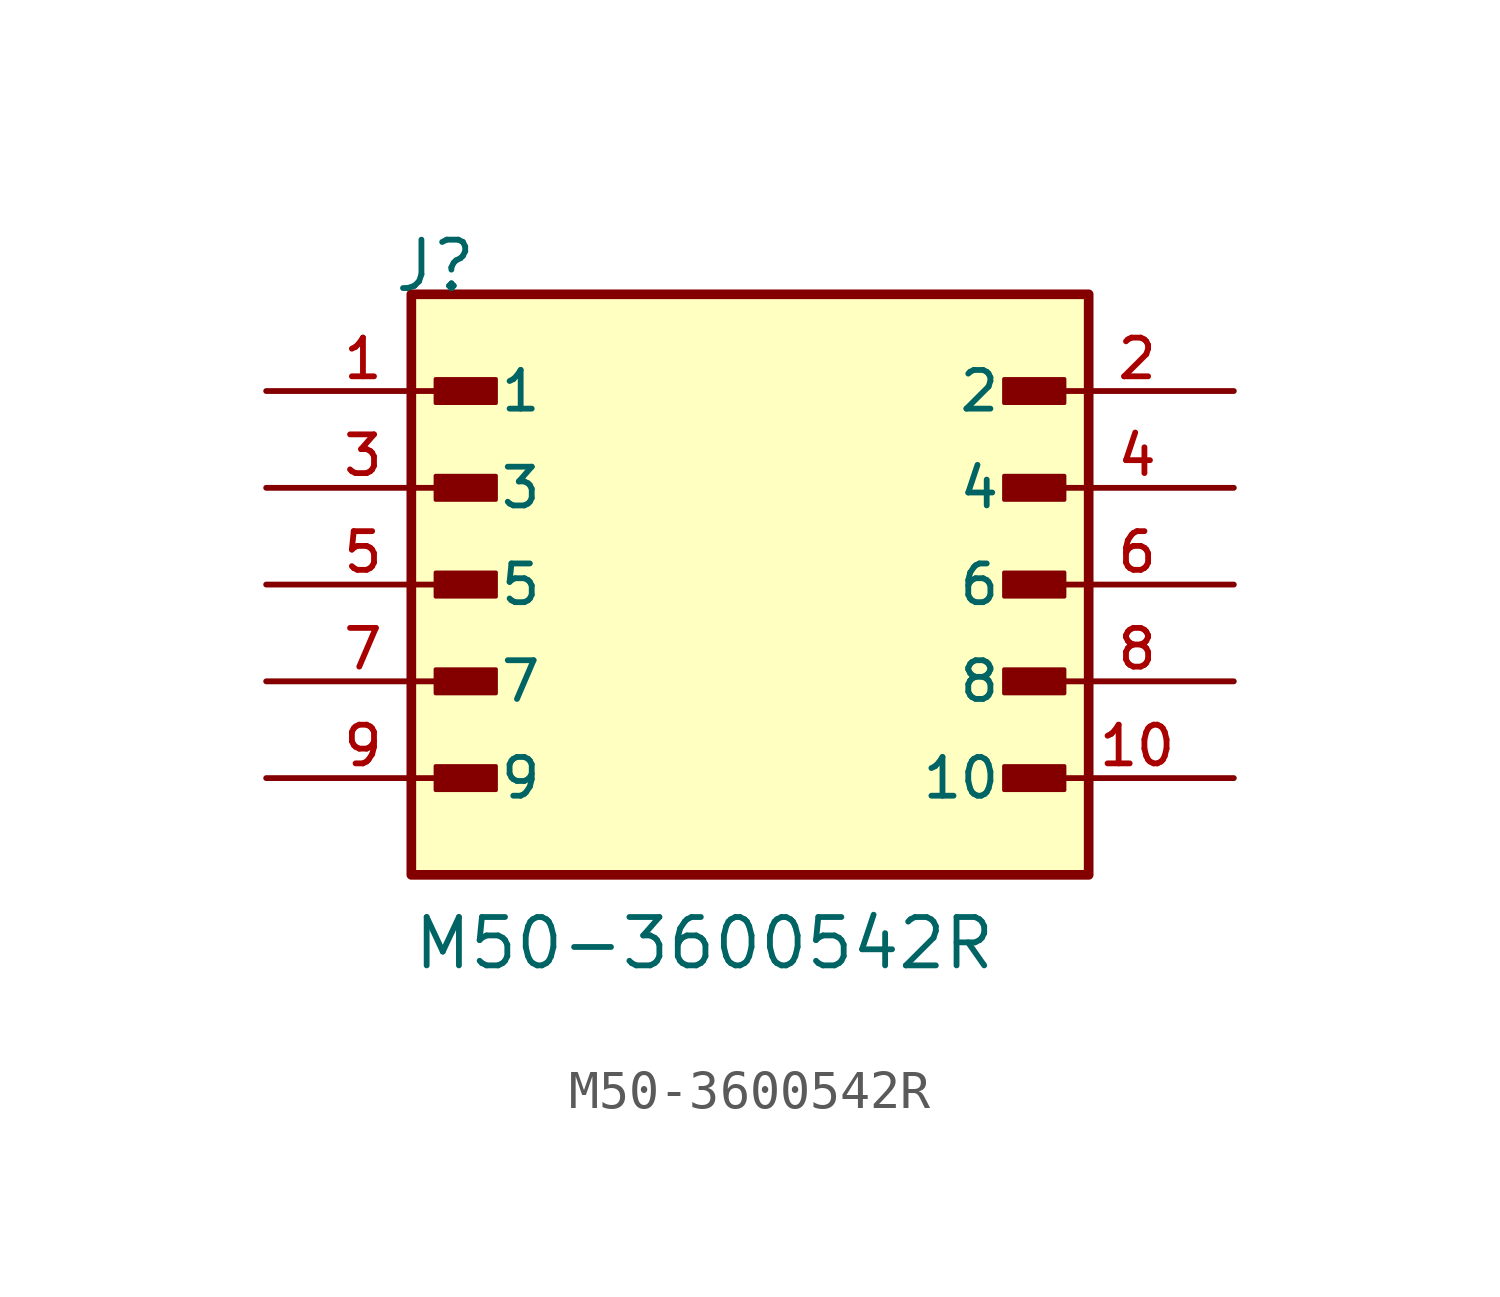
<source format=kicad_sym>
(kicad_symbol_lib
  (version 20231120)
  (generator "kicad_symbol_editor")
  (generator_version "8.0")
  (symbol "M50-3600542R"
    (pin_names
      (offset 1.016))
    (property "Reference" "J"
      (at -9.39 7.62 0)
      (effects (font (size 1.27 1.27)) (justify left bottom)))
    (property "Value" "M50-3600542R"
      (at -8.89 -10.16 0)
      (effects (font (size 1.27 1.27)) (justify left bottom)))
    (symbol "M50-3600542R_0_0"
      (rectangle (start -8.89 -7.62) (end 8.89 7.62) (stroke (width 0.254) (type default)) (fill (type background)))
      (rectangle (start -8.255 -5.397) (end -6.668 -4.763) (stroke (width 0.1) (type default)) (fill (type outline)))
      (rectangle (start -8.255 -2.857) (end -6.668 -2.223) (stroke (width 0.1) (type default)) (fill (type outline)))
      (rectangle (start -8.255 -0.318) (end -6.668 0.318) (stroke (width 0.1) (type default)) (fill (type outline)))
      (rectangle (start -8.255 2.223) (end -6.668 2.857) (stroke (width 0.1) (type default)) (fill (type outline)))
      (rectangle (start -8.255 4.763) (end -6.668 5.397) (stroke (width 0.1) (type default)) (fill (type outline)))
      (rectangle (start 8.255 -5.397) (end 6.668 -4.763) (stroke (width 0.1) (type default)) (fill (type outline)))
      (rectangle (start 8.255 -2.857) (end 6.668 -2.223) (stroke (width 0.1) (type default)) (fill (type outline)))
      (rectangle (start 8.255 -0.318) (end 6.668 0.318) (stroke (width 0.1) (type default)) (fill (type outline)))
      (rectangle (start 8.255 2.223) (end 6.668 2.857) (stroke (width 0.1) (type default)) (fill (type outline)))
      (rectangle (start 8.255 4.763) (end 6.668 5.397) (stroke (width 0.1) (type default)) (fill (type outline)))
      (pin passive line (at -12.7 5.08 0) (length 5.08) (name "1" (effects (font (size 1.016 1.016)))) (number "1" (effects (font (size 1.016 1.016)))))
      (pin passive line (at 12.7 -5.08 180) (length 5.08) (name "10" (effects (font (size 1.016 1.016)))) (number "10" (effects (font (size 1.016 1.016)))))
      (pin passive line (at 12.7 5.08 180) (length 5.08) (name "2" (effects (font (size 1.016 1.016)))) (number "2" (effects (font (size 1.016 1.016)))))
      (pin passive line (at -12.7 2.54 0) (length 5.08) (name "3" (effects (font (size 1.016 1.016)))) (number "3" (effects (font (size 1.016 1.016)))))
      (pin passive line (at 12.7 2.54 180) (length 5.08) (name "4" (effects (font (size 1.016 1.016)))) (number "4" (effects (font (size 1.016 1.016)))))
      (pin passive line (at -12.7 0 0) (length 5.08) (name "5" (effects (font (size 1.016 1.016)))) (number "5" (effects (font (size 1.016 1.016)))))
      (pin passive line (at 12.7 0 180) (length 5.08) (name "6" (effects (font (size 1.016 1.016)))) (number "6" (effects (font (size 1.016 1.016)))))
      (pin passive line (at -12.7 -2.54 0) (length 5.08) (name "7" (effects (font (size 1.016 1.016)))) (number "7" (effects (font (size 1.016 1.016)))))
      (pin passive line (at 12.7 -2.54 180) (length 5.08) (name "8" (effects (font (size 1.016 1.016)))) (number "8" (effects (font (size 1.016 1.016)))))
      (pin passive line (at -12.7 -5.08 0) (length 5.08) (name "9" (effects (font (size 1.016 1.016)))) (number "9" (effects (font (size 1.016 1.016))))))))
</source>
